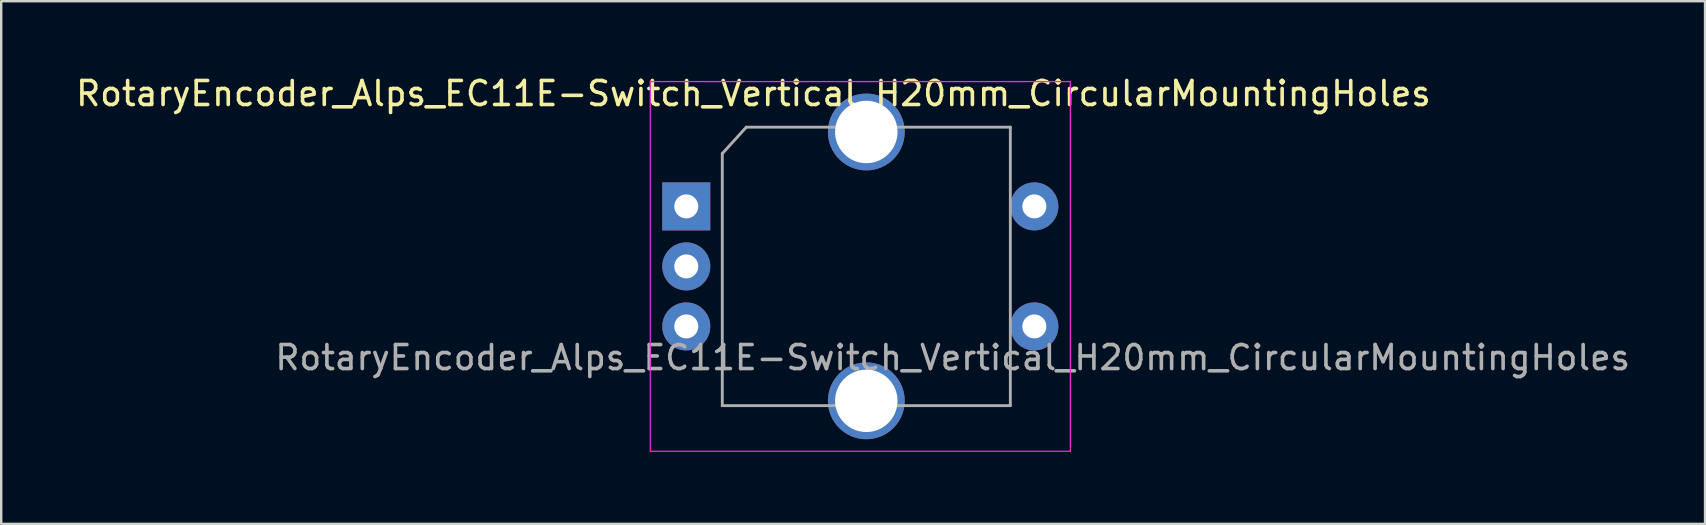
<source format=kicad_pcb>
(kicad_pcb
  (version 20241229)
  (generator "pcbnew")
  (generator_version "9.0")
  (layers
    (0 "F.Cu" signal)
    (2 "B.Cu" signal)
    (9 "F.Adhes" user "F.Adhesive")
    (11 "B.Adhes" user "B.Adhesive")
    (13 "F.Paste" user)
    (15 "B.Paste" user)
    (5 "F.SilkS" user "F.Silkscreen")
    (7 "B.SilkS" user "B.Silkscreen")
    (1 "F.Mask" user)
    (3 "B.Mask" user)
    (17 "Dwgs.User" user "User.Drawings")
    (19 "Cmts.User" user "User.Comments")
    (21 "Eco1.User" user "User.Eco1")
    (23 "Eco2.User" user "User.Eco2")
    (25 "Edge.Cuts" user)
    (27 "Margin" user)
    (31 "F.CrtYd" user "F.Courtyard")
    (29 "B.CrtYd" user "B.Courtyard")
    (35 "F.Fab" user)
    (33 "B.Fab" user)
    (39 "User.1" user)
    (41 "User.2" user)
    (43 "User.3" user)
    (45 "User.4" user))
  (footprint "RotaryEncoder_Alps_EC11E-Switch_Vertical_H20mm_CircularMountingHoles"
    (layer "F.Cu")
    (at 25.539 5.548)
    (property "Reference" "RotaryEncoder_Alps_EC11E-Switch_Vertical_H20mm_CircularMountingHoles" (at 2.8 -4.7 0) (layer "F.SilkS") (effects (font (size 1 1) (thickness 0.15))))
    (attr through_hole)
    (fp_line (start -1.5 -5.2) (end -1.5 10.2) (stroke (width 0.05) (type solid)) (layer "F.CrtYd"))
    (fp_line (start -1.5 -5.2) (end 16 -5.2) (stroke (width 0.05) (type solid)) (layer "F.CrtYd"))
    (fp_line (start 16 10.2) (end -1.5 10.2) (stroke (width 0.05) (type solid)) (layer "F.CrtYd"))
    (fp_line (start 16 10.2) (end 16 -5.2) (stroke (width 0.05) (type solid)) (layer "F.CrtYd"))
    (fp_line (start 1.5 -2.2) (end 2.5 -3.3) (stroke (width 0.12) (type solid)) (layer "F.Fab"))
    (fp_line (start 1.5 8.3) (end 1.5 -2.2) (stroke (width 0.12) (type solid)) (layer "F.Fab"))
    (fp_line (start 2.5 -3.3) (end 13.5 -3.3) (stroke (width 0.12) (type solid)) (layer "F.Fab"))
    (fp_line (start 13.5 -3.3) (end 13.5 8.3) (stroke (width 0.12) (type solid)) (layer "F.Fab"))
    (fp_line (start 13.5 8.3) (end 1.5 8.3) (stroke (width 0.12) (type solid)) (layer "F.Fab"))
    (fp_text user "${REFERENCE}" (at 11.1 6.3 0) (layer "F.Fab") (effects (font (size 1 1) (thickness 0.15))))
    (pad "A" thru_hole rect (at 0 0) (size 2 2) (drill 1) (layers "*.Cu" "*.Mask"))
    (pad "B" thru_hole circle (at 0 5) (size 2 2) (drill 1) (layers "*.Cu" "*.Mask"))
    (pad "C" thru_hole circle (at 0 2.5) (size 2 2) (drill 1) (layers "*.Cu" "*.Mask"))
    (pad "MP" thru_hole circle (at 7.5 -3.1) (size 3.2 3.2) (drill 2.6) (layers "*.Cu" "*.Mask"))
    (pad "MP" thru_hole circle (at 7.5 8.1) (size 3.2 3.2) (drill 2.6) (layers "*.Cu" "*.Mask"))
    (pad "S1" thru_hole circle (at 14.5 5) (size 2 2) (drill 1) (layers "*.Cu" "*.Mask"))
    (pad "S2" thru_hole circle (at 14.5 0) (size 2 2) (drill 1) (layers "*.Cu" "*.Mask")))
  (gr_rect
    (start -3 -3)
    (end 67.979 18.773)
    (stroke (width 0.1) (type default))
    (fill no)
    (layer "Edge.Cuts")))
</source>
